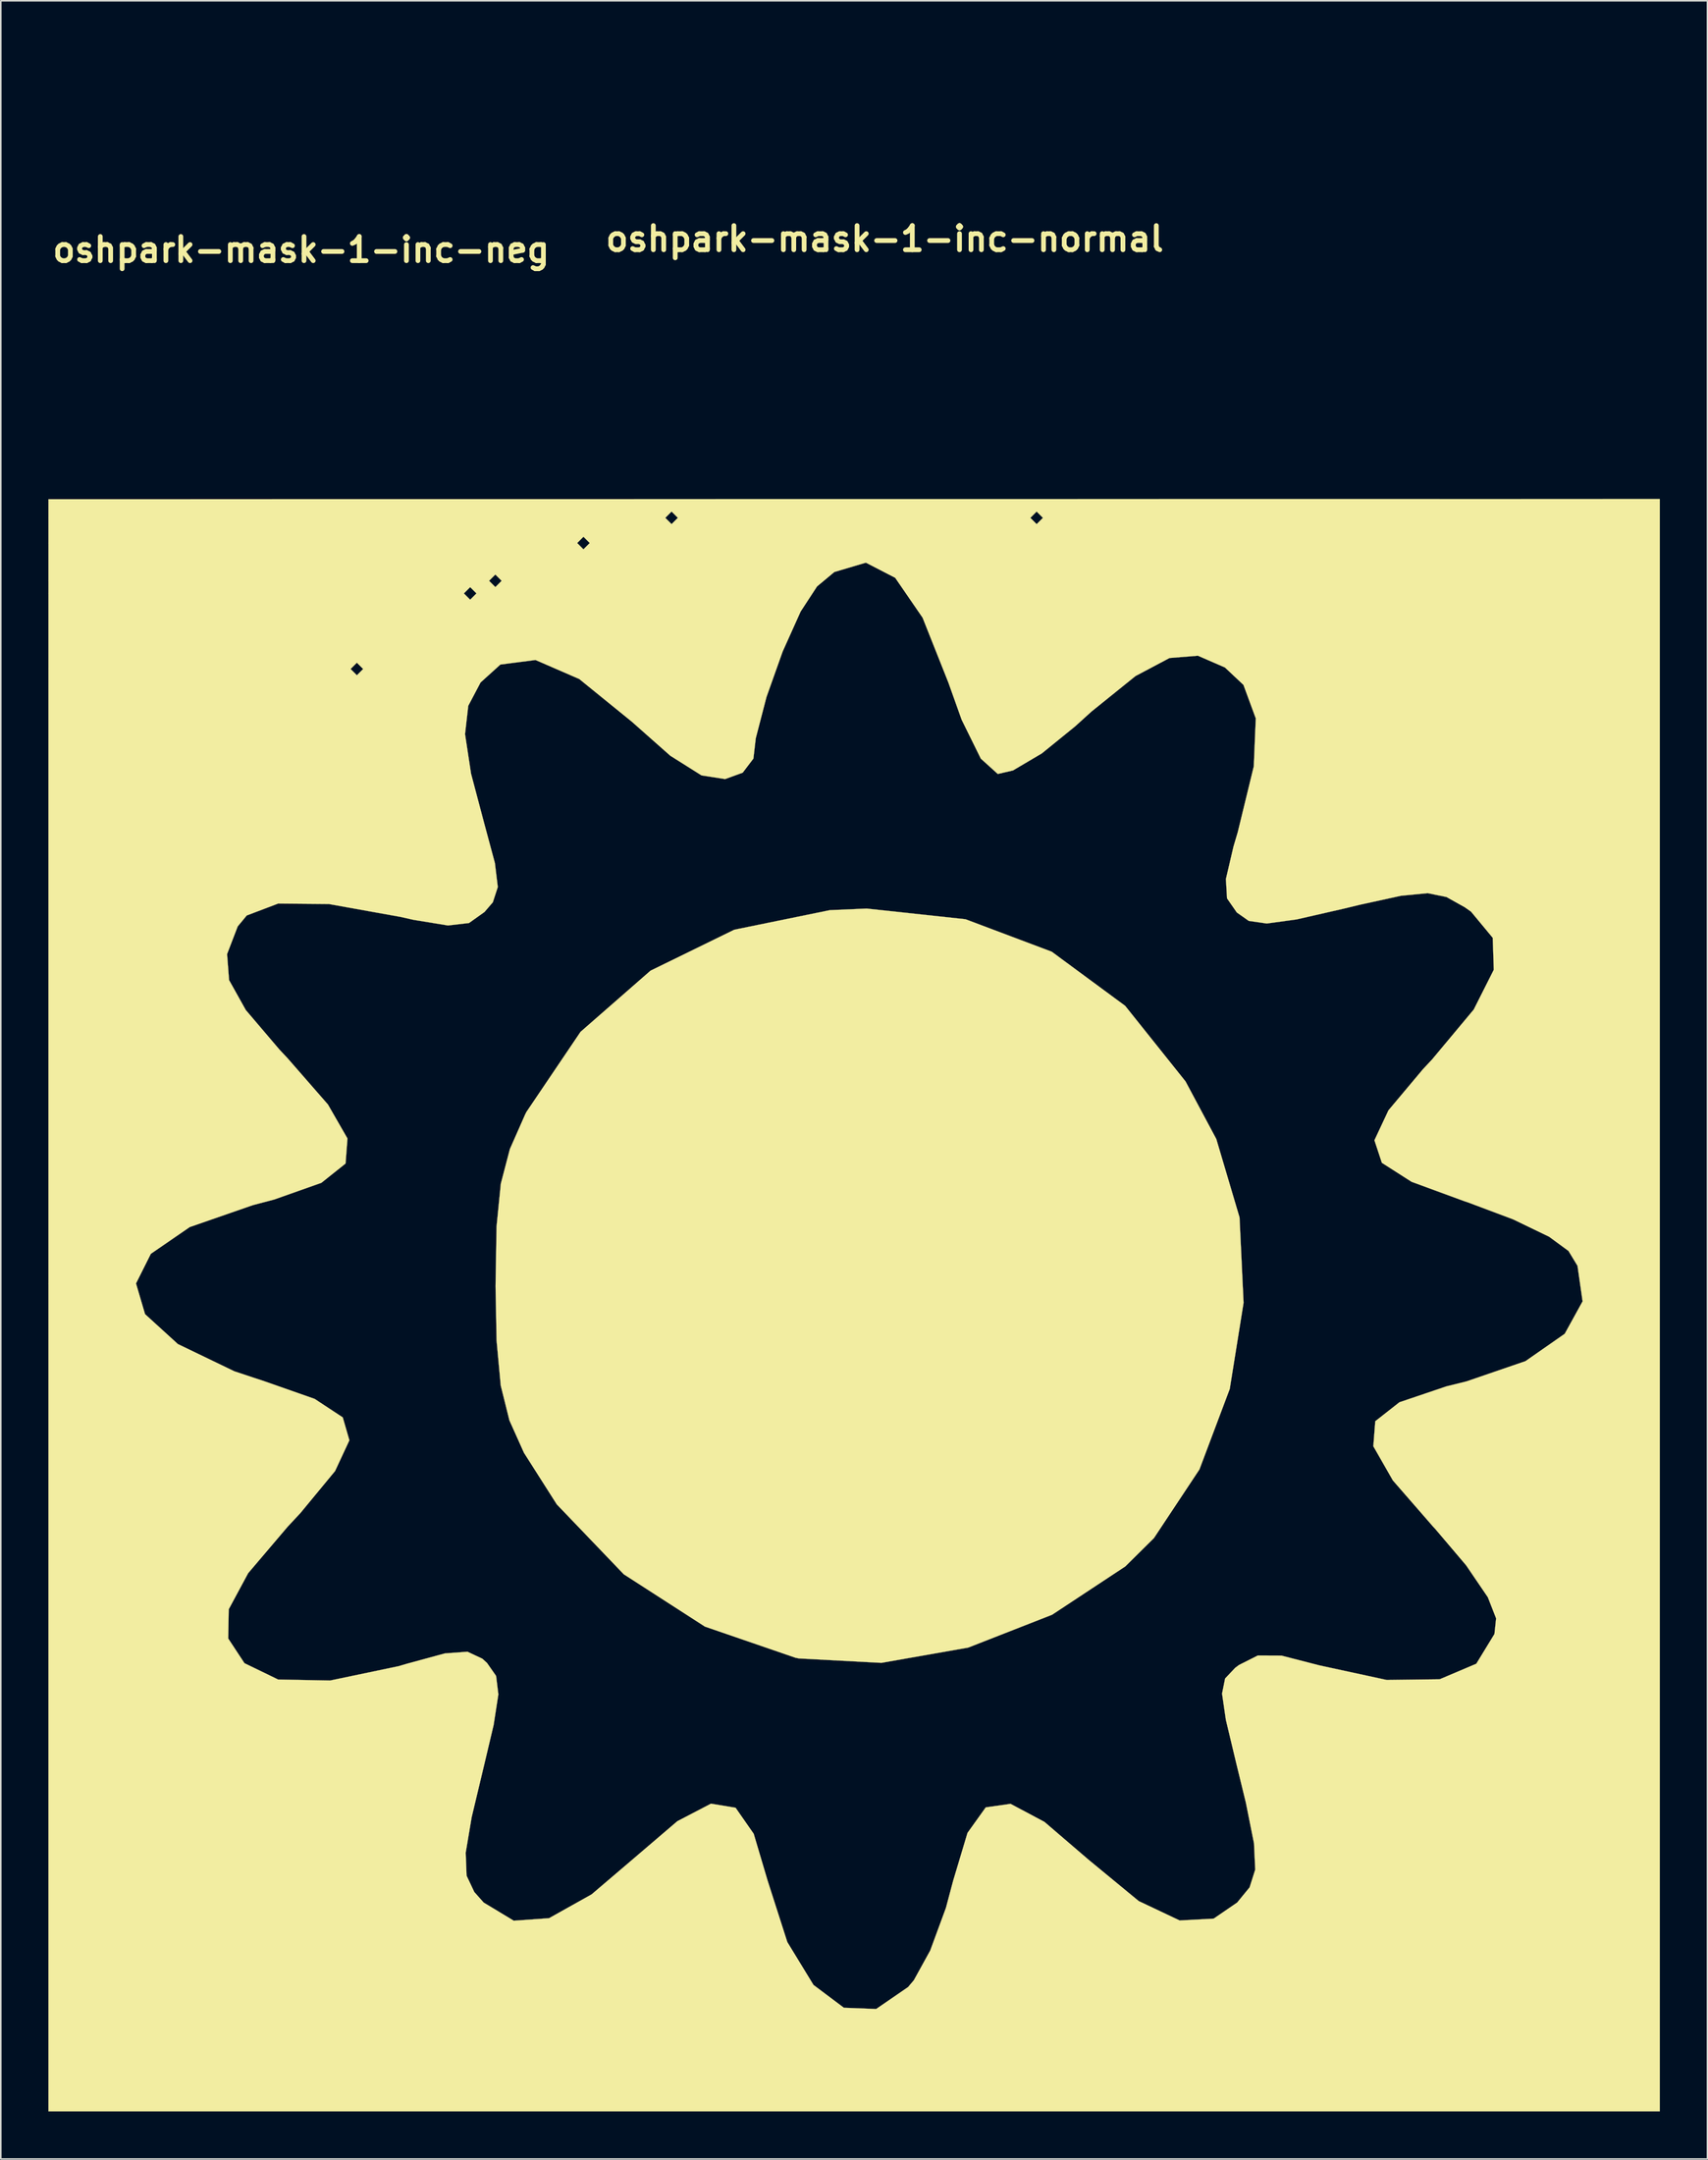
<source format=kicad_pcb>
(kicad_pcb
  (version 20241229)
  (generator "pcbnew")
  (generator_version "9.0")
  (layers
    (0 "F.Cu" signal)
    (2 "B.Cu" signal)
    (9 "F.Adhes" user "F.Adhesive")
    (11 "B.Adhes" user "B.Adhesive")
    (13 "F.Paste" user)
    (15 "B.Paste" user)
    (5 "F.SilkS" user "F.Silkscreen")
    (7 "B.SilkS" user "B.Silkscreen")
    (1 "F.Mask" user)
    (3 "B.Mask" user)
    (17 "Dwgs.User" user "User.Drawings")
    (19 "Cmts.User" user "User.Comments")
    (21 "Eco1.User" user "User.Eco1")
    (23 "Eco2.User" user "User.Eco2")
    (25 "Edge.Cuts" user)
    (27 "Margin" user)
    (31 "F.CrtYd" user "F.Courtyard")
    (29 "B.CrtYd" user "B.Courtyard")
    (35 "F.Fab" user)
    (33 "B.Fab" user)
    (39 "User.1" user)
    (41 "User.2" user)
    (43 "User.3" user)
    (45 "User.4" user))
  (footprint "oshpark-mask-1-inc-normal"
    (layer "F.Cu")
    (at 52.733 11.999)
    (property "Reference" "oshpark-mask-1-inc-normal" (at 0 0 0) (layer "F.SilkS") (effects (font (size 1.524 1.524) (thickness 0.3))))
    (attr through_hole)
    (fp_poly (pts (xy -4.586 -11.818) (xy -4.763 -11.642) (xy -4.939 -11.818) (xy -4.763 -11.994) (xy -4.586 -11.818)) (stroke (width 0.01) (type solid)) (fill yes) (layer "F.Mask"))
    (fp_poly (pts (xy 0.42 -11.493) (xy 1.038 -10.838) (xy 1.402 -9.911) (xy 1.726 -8.969) (xy 2.067 -8.349) (xy 2.157 -8.266) (xy 2.605 -8.354) (xy 3.325 -8.838) (xy 3.745 -9.212) (xy 4.552 -9.917) (xy 5.1 -10.151) (xy 5.567 -10.001) (xy 5.97 -9.54) (xy 6.113 -8.747) (xy 6.016 -7.471) (xy 5.956 -7.056) (xy 5.919 -6.541) (xy 6.124 -6.292) (xy 6.736 -6.232) (xy 7.625 -6.268) (xy 9.049 -6.235) (xy 9.825 -5.941) (xy 9.965 -5.365) (xy 9.483 -4.49) (xy 9.152 -4.088) (xy 8.531 -3.252) (xy 8.218 -2.571) (xy 8.216 -2.359) (xy 8.64 -1.979) (xy 9.489 -1.581) (xy 9.841 -1.464) (xy 10.786 -1.103) (xy 11.208 -0.672) (xy 11.289 -0.167) (xy 11.18 0.4) (xy 10.736 0.767) (xy 9.779 1.076) (xy 9.701 1.095) (xy 8.573 1.523) (xy 8.132 2.087) (xy 8.368 2.825) (xy 8.996 3.528) (xy 9.661 4.392) (xy 9.858 5.197) (xy 9.556 5.765) (xy 9.381 5.857) (xy 8.737 5.892) (xy 7.772 5.736) (xy 7.539 5.677) (xy 6.609 5.509) (xy 5.976 5.556) (xy 5.894 5.607) (xy 5.793 6.105) (xy 5.9 7) (xy 5.992 7.39) (xy 6.209 8.478) (xy 6.12 9.147) (xy 5.975 9.376) (xy 5.537 9.775) (xy 5.069 9.784) (xy 4.398 9.36) (xy 3.758 8.819) (xy 2.957 8.181) (xy 2.342 7.804) (xy 2.192 7.761) (xy 1.878 8.066) (xy 1.506 8.835) (xy 1.356 9.26) (xy 0.901 10.321) (xy 0.345 10.809) (xy 0.109 10.87) (xy -0.424 10.818) (xy -0.796 10.368) (xy -1.104 9.51) (xy -1.474 8.567) (xy -1.877 7.954) (xy -2.006 7.863) (xy -2.525 7.973) (xy -3.309 8.452) (xy -3.703 8.771) (xy -4.75 9.539) (xy -5.455 9.693) (xy -5.83 9.224) (xy -5.889 8.127) (xy -5.834 7.568) (xy -5.759 6.493) (xy -5.817 5.732) (xy -5.921 5.515) (xy -6.44 5.474) (xy -7.324 5.622) (xy -7.554 5.681) (xy -8.617 5.868) (xy -9.285 5.69) (xy -9.373 5.624) (xy -9.77 5.193) (xy -9.788 4.735) (xy -9.384 4.079) (xy -8.767 3.346) (xy -8.11 2.498) (xy -7.979 1.923) (xy -8.425 1.485) (xy -9.502 1.054) (xy -9.701 0.988) (xy -10.773 0.468) (xy -11.152 -0.128) (xy -10.886 -0.655) (xy -5.797 -0.655) (xy -5.597 1.211) (xy -4.805 2.951) (xy -3.443 4.44) (xy -2.677 4.977) (xy -1.346 5.469) (xy 0.282 5.632) (xy 1.879 5.456) (xy 2.787 5.133) (xy 4.381 3.96) (xy 5.522 2.4) (xy 6.14 0.61) (xy 6.166 -1.254) (xy 5.984 -2.021) (xy 5.098 -3.79) (xy 3.793 -5.117) (xy 2.199 -5.973) (xy 0.447 -6.33) (xy -1.331 -6.16) (xy -3.005 -5.434) (xy -4.329 -4.265) (xy -5.381 -2.523) (xy -5.797 -0.655) (xy -10.886 -0.655) (xy -10.841 -0.745) (xy -9.841 -1.328) (xy -9.637 -1.407) (xy -8.684 -1.791) (xy -8.032 -2.114) (xy -7.914 -2.199) (xy -7.98 -2.581) (xy -8.425 -3.278) (xy -8.792 -3.727) (xy -9.59 -4.823) (xy -9.768 -5.59) (xy -9.324 -6.032) (xy -8.254 -6.15) (xy -6.703 -5.973) (xy -6.209 -5.922) (xy -5.958 -6.094) (xy -5.884 -6.643) (xy -5.923 -7.727) (xy -5.929 -7.853) (xy -5.911 -9.239) (xy -5.642 -9.976) (xy -5.074 -10.091) (xy -4.16 -9.61) (xy -3.572 -9.166) (xy -2.713 -8.561) (xy -2.049 -8.25) (xy -1.831 -8.249) (xy -1.541 -8.71) (xy -1.286 -9.557) (xy -1.265 -9.662) (xy -0.847 -10.894) (xy -0.247 -11.508) (xy 0.42 -11.493)) (stroke (width 0.01) (type solid)) (fill yes) (layer "F.Mask")))
  (footprint "oshpark-silk-25dpi"
    (layer "F.Cu")
    (at 50.805 79.19)
    (property "Reference" "oshpark-silk-25dpi" (at 0 0 0) (layer "F.SilkS") (effects (font (size 1.524 1.524) (thickness 0.3))))
    (attr through_hole)
    (fp_poly (pts (xy 7.024 -24.315) (xy 12.461 -22.269) (xy 17.09 -18.859) (xy 20.898 -14.095) (xy 22.837 -10.468) (xy 24.302 -5.53) (xy 24.557 -0.147) (xy 23.686 5.281) (xy 21.774 10.355) (xy 18.907 14.677) (xy 17.102 16.464) (xy 12.484 19.51) (xy 7.195 21.58) (xy 1.715 22.543) (xy -3.478 22.265) (xy -3.696 22.221) (xy -9.407 20.258) (xy -14.523 16.961) (xy -18.746 12.557) (xy -20.817 9.305) (xy -21.733 7.266) (xy -22.28 5.071) (xy -22.544 2.223) (xy -22.608 -1.191) (xy -22.545 -4.95) (xy -22.275 -7.654) (xy -21.705 -9.833) (xy -20.741 -12.015) (xy -20.664 -12.168) (xy -17.25 -17.22) (xy -12.839 -21.073) (xy -7.558 -23.654) (xy -1.53 -24.887) (xy 0.794 -24.987) (xy 7.024 -24.315)) (stroke (width 0.01) (type solid)) (fill yes) (layer "F.SilkS"))
    (fp_poly (pts (xy 50.8 50.8) (xy -50.8 50.8) (xy -50.8 -1.366) (xy -45.28 -1.366) (xy -44.709 0.57) (xy -42.64 2.454) (xy -39.079 4.17) (xy -37.179 4.8) (xy -34.016 5.909) (xy -32.243 7.075) (xy -31.825 8.518) (xy -32.727 10.454) (xy -34.915 13.103) (xy -35.719 13.965) (xy -38.207 16.89) (xy -39.433 19.166) (xy -39.465 21.009) (xy -38.44 22.565) (xy -36.316 23.594) (xy -33.04 23.656) (xy -28.718 22.751) (xy -28.217 22.603) (xy -25.803 21.947) (xy -24.377 21.842) (xy -23.438 22.283) (xy -23.144 22.553) (xy -22.574 23.368) (xy -22.432 24.53) (xy -22.73 26.456) (xy -23.304 28.878) (xy -24.115 32.271) (xy -24.491 34.506) (xy -24.435 35.954) (xy -23.949 36.982) (xy -23.359 37.646) (xy -21.459 38.792) (xy -19.236 38.633) (xy -16.549 37.129) (xy -14 34.958) (xy -11.146 32.52) (xy -9.025 31.416) (xy -7.474 31.673) (xy -6.331 33.314) (xy -5.452 36.273) (xy -4.211 40.138) (xy -2.561 42.839) (xy -0.645 44.277) (xy 1.391 44.354) (xy 3.403 42.972) (xy 3.768 42.54) (xy 4.799 40.671) (xy 5.79 37.981) (xy 6.245 36.273) (xy 7.15 33.256) (xy 8.301 31.649) (xy 9.864 31.427) (xy 12.001 32.564) (xy 14.794 34.958) (xy 17.948 37.555) (xy 20.527 38.776) (xy 22.671 38.66) (xy 24.153 37.646) (xy 24.937 36.69) (xy 25.292 35.57) (xy 25.215 33.917) (xy 24.704 31.361) (xy 24.104 28.902) (xy 23.441 26.133) (xy 23.2 24.48) (xy 23.393 23.527) (xy 24.03 22.855) (xy 24.27 22.676) (xy 25.454 22.08) (xy 26.944 22.086) (xy 29.318 22.696) (xy 29.336 22.701) (xy 33.584 23.621) (xy 36.925 23.576) (xy 39.232 22.598) (xy 40.377 20.723) (xy 40.481 19.74) (xy 39.959 18.408) (xy 38.587 16.392) (xy 36.652 14.114) (xy 36.513 13.965) (xy 33.971 11.047) (xy 32.739 8.894) (xy 32.862 7.316) (xy 34.383 6.122) (xy 37.345 5.12) (xy 38.608 4.808) (xy 42.332 3.531) (xy 44.807 1.807) (xy 45.934 -0.238) (xy 45.613 -2.476) (xy 45.045 -3.413) (xy 43.827 -4.307) (xy 41.555 -5.403) (xy 38.706 -6.473) (xy 38.497 -6.541) (xy 35.154 -7.768) (xy 33.277 -8.968) (xy 32.808 -10.388) (xy 33.693 -12.274) (xy 35.873 -14.871) (xy 36.445 -15.481) (xy 39.07 -18.624) (xy 40.335 -21.133) (xy 40.269 -23.144) (xy 38.901 -24.793) (xy 38.503 -25.072) (xy 37.351 -25.716) (xy 36.162 -25.959) (xy 34.481 -25.795) (xy 31.851 -25.22) (xy 30.895 -24.988) (xy 27.892 -24.302) (xy 26.02 -24.047) (xy 24.886 -24.21) (xy 24.131 -24.741) (xy 23.515 -25.628) (xy 23.443 -26.848) (xy 23.922 -28.897) (xy 24.191 -29.804) (xy 25.201 -33.948) (xy 25.327 -36.972) (xy 24.55 -39.082) (xy 23.383 -40.179) (xy 21.677 -40.921) (xy 19.888 -40.777) (xy 17.741 -39.639) (xy 14.963 -37.4) (xy 13.931 -36.465) (xy 11.836 -34.766) (xy 10.015 -33.691) (xy 9.059 -33.47) (xy 7.989 -34.437) (xy 6.78 -36.888) (xy 5.944 -39.23) (xy 4.319 -43.316) (xy 2.591 -45.83) (xy 0.741 -46.785) (xy -1.248 -46.195) (xy -2.338 -45.287) (xy -3.37 -43.708) (xy -4.507 -41.182) (xy -5.526 -38.318) (xy -6.201 -35.722) (xy -6.35 -34.439) (xy -7.025 -33.551) (xy -8.136 -33.148) (xy -9.623 -33.38) (xy -11.59 -34.619) (xy -14.016 -36.764) (xy -17.329 -39.452) (xy -20.091 -40.652) (xy -22.302 -40.366) (xy -23.552 -39.238) (xy -24.329 -37.766) (xy -24.533 -35.983) (xy -24.153 -33.485) (xy -23.334 -30.395) (xy -22.65 -27.856) (xy -22.467 -26.345) (xy -22.78 -25.385) (xy -23.306 -24.772) (xy -24.284 -24.077) (xy -25.608 -23.923) (xy -27.791 -24.28) (xy -28.608 -24.464) (xy -33.114 -25.273) (xy -36.316 -25.304) (xy -38.297 -24.553) (xy -38.866 -23.865) (xy -39.537 -22.12) (xy -39.412 -20.481) (xy -38.358 -18.595) (xy -36.243 -16.111) (xy -35.719 -15.552) (xy -33.179 -12.643) (xy -31.945 -10.499) (xy -32.067 -8.921) (xy -33.59 -7.707) (xy -36.563 -6.655) (xy -37.917 -6.298) (xy -41.892 -4.918) (xy -44.343 -3.234) (xy -45.28 -1.366) (xy -50.8 -1.366) (xy -50.8 -40.084) (xy -31.75 -40.084) (xy -31.353 -39.688) (xy -30.956 -40.084) (xy -31.353 -40.481) (xy -31.75 -40.084) (xy -50.8 -40.084) (xy -50.8 -44.847) (xy -24.606 -44.847) (xy -24.209 -44.45) (xy -23.812 -44.847) (xy -24.209 -45.244) (xy -24.606 -44.847) (xy -50.8 -44.847) (xy -50.8 -45.641) (xy -23.019 -45.641) (xy -22.622 -45.244) (xy -22.225 -45.641) (xy -22.622 -46.038) (xy -23.019 -45.641) (xy -50.8 -45.641) (xy -50.8 -48.022) (xy -17.462 -48.022) (xy -17.066 -47.625) (xy -16.669 -48.022) (xy -17.066 -48.419) (xy -17.462 -48.022) (xy -50.8 -48.022) (xy -50.8 -49.609) (xy -11.906 -49.609) (xy -11.509 -49.212) (xy -11.113 -49.609) (xy 11.113 -49.609) (xy 11.509 -49.212) (xy 11.906 -49.609) (xy 11.509 -50.006) (xy 11.113 -49.609) (xy -11.113 -49.609) (xy -11.509 -50.006) (xy -11.906 -49.609) (xy -50.8 -49.609) (xy -50.8 -50.783) (xy 50.8 -50.793) (xy 50.8 50.8)) (stroke (width 0.01) (type solid)) (fill yes) (layer "F.SilkS")))
  (footprint "oshpark-mask-1-inc-neg"
    (layer "F.Cu")
    (at 15.937 12.687)
    (property "Reference" "oshpark-mask-1-inc-neg" (at 0 0 0) (layer "F.SilkS") (effects (font (size 1.524 1.524) (thickness 0.3))))
    (attr through_hole)
    (fp_poly (pts (xy 1.587 -6.092) (xy 3.033 -5.421) (xy 4.351 -4.493) (xy 5.201 -3.564) (xy 5.771 -2.196) (xy 6.003 -0.508) (xy 5.883 1.193) (xy 5.468 2.469) (xy 4.41 3.84) (xy 2.936 4.862) (xy 1.232 5.471) (xy -0.514 5.605) (xy -2.116 5.198) (xy -2.292 5.109) (xy -3.976 3.953) (xy -5.038 2.583) (xy -5.559 0.866) (xy -5.644 -0.459) (xy -5.551 -1.822) (xy -5.191 -2.878) (xy -4.622 -3.775) (xy -3.32 -5.059) (xy -1.661 -5.963) (xy 0.091 -6.346) (xy 0.285 -6.35) (xy 1.587 -6.092)) (stroke (width 0.01) (type solid)) (fill yes) (layer "F.Mask"))
    (fp_poly (pts (xy 12.7 12.7) (xy -12.7 12.7) (xy -12.7 -0.503) (xy -11.164 -0.503) (xy -11.091 0.199) (xy -10.379 0.831) (xy -9.496 1.164) (xy -8.436 1.559) (xy -8.057 2.07) (xy -8.335 2.781) (xy -8.867 3.4) (xy -9.668 4.429) (xy -9.83 5.18) (xy -9.368 5.638) (xy -8.297 5.786) (xy -6.703 5.62) (xy -6.209 5.569) (xy -5.959 5.74) (xy -5.888 6.288) (xy -5.932 7.37) (xy -5.939 7.496) (xy -5.927 8.885) (xy -5.658 9.625) (xy -5.088 9.743) (xy -4.17 9.264) (xy -3.572 8.813) (xy -2.573 8.104) (xy -1.928 7.943) (xy -1.526 8.349) (xy -1.278 9.219) (xy -0.917 10.341) (xy -0.409 11.087) (xy 0.018 11.289) (xy 0.473 11.066) (xy 0.828 10.763) (xy 1.288 10.038) (xy 1.586 9.18) (xy 1.893 8.256) (xy 2.339 7.947) (xy 3.029 8.235) (xy 3.727 8.792) (xy 4.636 9.538) (xy 5.223 9.823) (xy 5.664 9.69) (xy 5.997 9.349) (xy 6.253 8.73) (xy 6.163 7.767) (xy 6.084 7.435) (xy 5.906 6.297) (xy 6.146 5.704) (xy 6.87 5.587) (xy 7.751 5.764) (xy 8.799 5.953) (xy 9.47 5.809) (xy 9.674 5.667) (xy 10.103 5.218) (xy 10.148 4.76) (xy 9.769 4.12) (xy 9.12 3.346) (xy 8.464 2.503) (xy 8.338 1.94) (xy 8.793 1.518) (xy 9.883 1.1) (xy 9.991 1.065) (xy 11.106 0.512) (xy 11.563 -0.151) (xy 11.376 -0.812) (xy 10.558 -1.364) (xy 9.662 -1.618) (xy 8.669 -1.894) (xy 8.3 -2.301) (xy 8.531 -2.948) (xy 9.164 -3.749) (xy 9.966 -4.808) (xy 10.168 -5.53) (xy 9.746 -5.962) (xy 8.676 -6.153) (xy 7.929 -6.174) (xy 6.762 -6.195) (xy 6.151 -6.295) (xy 5.944 -6.529) (xy 5.976 -6.879) (xy 6.194 -8.481) (xy 6.055 -9.564) (xy 5.595 -10.089) (xy 4.85 -10.019) (xy 3.855 -9.316) (xy 3.753 -9.219) (xy 2.887 -8.527) (xy 2.279 -8.463) (xy 1.828 -9.057) (xy 1.563 -9.841) (xy 1.16 -10.769) (xy 0.632 -11.402) (xy 0.593 -11.429) (xy 0.042 -11.602) (xy -0.48 -11.267) (xy -0.728 -10.985) (xy -1.223 -10.196) (xy -1.411 -9.556) (xy -1.596 -8.71) (xy -2.125 -8.463) (xy -2.956 -8.822) (xy -3.443 -9.205) (xy -4.492 -9.99) (xy -5.202 -10.168) (xy -5.612 -9.719) (xy -5.758 -8.624) (xy -5.752 -8.012) (xy -5.683 -5.994) (xy -7.679 -6.084) (xy -8.839 -6.102) (xy -9.472 -5.994) (xy -9.753 -5.713) (xy -9.81 -5.519) (xy -9.652 -4.829) (xy -9.049 -3.951) (xy -8.867 -3.753) (xy -8.169 -2.864) (xy -8.112 -2.238) (xy -8.712 -1.807) (xy -9.412 -1.609) (xy -10.603 -1.148) (xy -11.164 -0.503) (xy -12.7 -0.503) (xy -12.7 -11.818) (xy -4.939 -11.818) (xy -4.763 -11.642) (xy -4.586 -11.818) (xy 4.586 -11.818) (xy 4.763 -11.642) (xy 4.939 -11.818) (xy 4.763 -11.994) (xy 4.586 -11.818) (xy -4.586 -11.818) (xy -4.763 -11.994) (xy -4.939 -11.818) (xy -12.7 -11.818) (xy -12.7 -12.682) (xy 12.7 -12.682) (xy 12.7 12.7)) (stroke (width 0.01) (type solid)) (fill yes) (layer "F.Mask")))
  (gr_rect
    (start -3 -3)
    (end 104.61 132.995)
    (stroke (width 0.1) (type default))
    (fill no)
    (layer "Edge.Cuts")))
</source>
